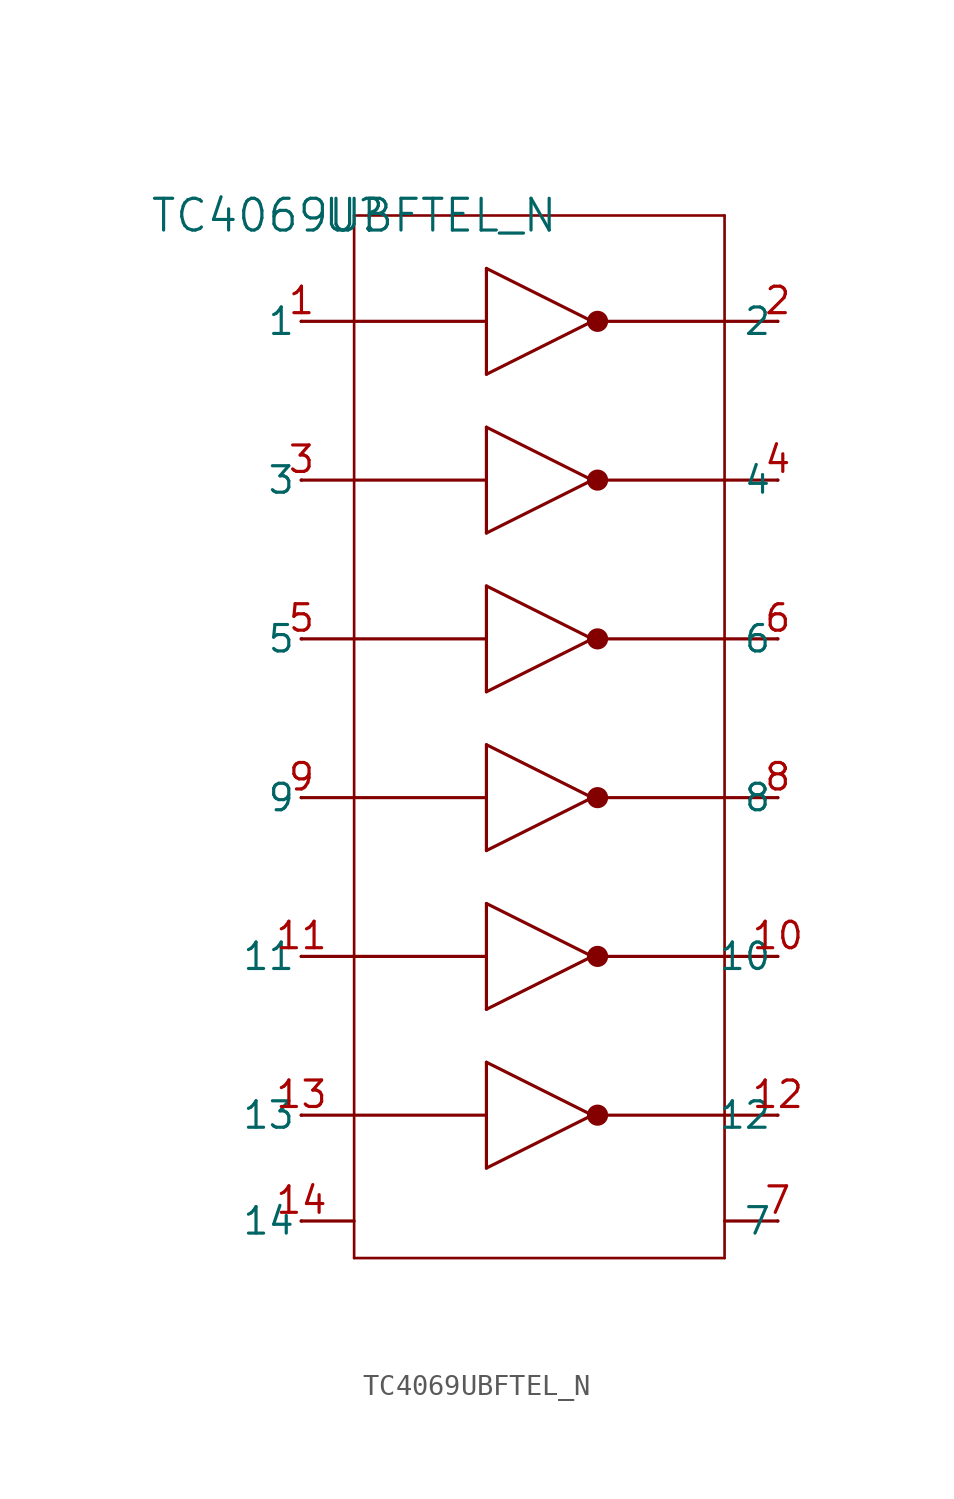
<source format=kicad_sym>
(kicad_symbol_lib
  (version 20241209)
  (generator "kicad_symbol_editor")
  (generator_version "9.0")
  (symbol "TC4069UBFTEL_N"
    (pin_names
      (offset 0.254))
    (property "Reference" "U"
      (at 0 0 0)
      (effects (font (size 1.524 1.524))))
    (property "Value" "TC4069UBFTEL_N"
      (at 0 0 0)
      (effects (font (size 1.524 1.524))))
    (property "ki_locked" ""
      (at 0 0 0)
      (effects (font (size 1.27 1.27))))
    (symbol "TC4069UBFTEL_N_0_1"
      (polyline (pts (xy -2.54 -5.08) (xy 0 -5.08)) (stroke (width 0) (type default)) (fill (type none)))
      (polyline (pts (xy -2.54 -12.7) (xy 0 -12.7)) (stroke (width 0) (type default)) (fill (type none)))
      (polyline (pts (xy -2.54 -20.32) (xy 0 -20.32)) (stroke (width 0) (type default)) (fill (type none)))
      (polyline (pts (xy -2.54 -27.94) (xy 0 -27.94)) (stroke (width 0) (type default)) (fill (type none)))
      (polyline (pts (xy -2.54 -35.56) (xy 0 -35.56)) (stroke (width 0) (type default)) (fill (type none)))
      (polyline (pts (xy -2.54 -43.18) (xy 0 -43.18)) (stroke (width 0) (type default)) (fill (type none)))
      (polyline (pts (xy -2.54 -48.26) (xy 0 -48.26)) (stroke (width 0) (type default)) (fill (type none)))
      (polyline (pts (xy 0 0) (xy 17.78 0)) (stroke (width 0.127) (type default)) (fill (type none)))
      (polyline (pts (xy 0 -5.08) (xy 6.35 -5.08)) (stroke (width 0) (type default)) (fill (type none)))
      (polyline (pts (xy 0 -12.7) (xy 6.35 -12.7)) (stroke (width 0) (type default)) (fill (type none)))
      (polyline (pts (xy 0 -20.32) (xy 6.35 -20.32)) (stroke (width 0) (type default)) (fill (type none)))
      (polyline (pts (xy 0 -27.94) (xy 6.35 -27.94)) (stroke (width 0) (type default)) (fill (type none)))
      (polyline (pts (xy 0 -35.56) (xy 6.35 -35.56)) (stroke (width 0) (type default)) (fill (type none)))
      (polyline (pts (xy 0 -43.18) (xy 6.35 -43.18)) (stroke (width 0) (type default)) (fill (type none)))
      (polyline (pts (xy 0 -50.038) (xy 0 0)) (stroke (width 0.127) (type default)) (fill (type none)))
      (polyline (pts (xy 6.35 -2.54) (xy 6.35 -7.62)) (stroke (width 0) (type default)) (fill (type none)))
      (polyline (pts (xy 6.35 -2.54) (xy 11.43 -5.08)) (stroke (width 0) (type default)) (fill (type none)))
      (polyline (pts (xy 6.35 -7.62) (xy 11.43 -5.08)) (stroke (width 0) (type default)) (fill (type none)))
      (polyline (pts (xy 6.35 -10.16) (xy 6.35 -15.24)) (stroke (width 0) (type default)) (fill (type none)))
      (polyline (pts (xy 6.35 -10.16) (xy 11.43 -12.7)) (stroke (width 0) (type default)) (fill (type none)))
      (polyline (pts (xy 6.35 -15.24) (xy 11.43 -12.7)) (stroke (width 0) (type default)) (fill (type none)))
      (polyline (pts (xy 6.35 -17.78) (xy 6.35 -22.86)) (stroke (width 0) (type default)) (fill (type none)))
      (polyline (pts (xy 6.35 -17.78) (xy 11.43 -20.32)) (stroke (width 0) (type default)) (fill (type none)))
      (polyline (pts (xy 6.35 -22.86) (xy 11.43 -20.32)) (stroke (width 0) (type default)) (fill (type none)))
      (polyline (pts (xy 6.35 -25.4) (xy 6.35 -30.48)) (stroke (width 0) (type default)) (fill (type none)))
      (polyline (pts (xy 6.35 -25.4) (xy 11.43 -27.94)) (stroke (width 0) (type default)) (fill (type none)))
      (polyline (pts (xy 6.35 -30.48) (xy 11.43 -27.94)) (stroke (width 0) (type default)) (fill (type none)))
      (polyline (pts (xy 6.35 -33.02) (xy 6.35 -38.1)) (stroke (width 0) (type default)) (fill (type none)))
      (polyline (pts (xy 6.35 -33.02) (xy 11.43 -35.56)) (stroke (width 0) (type default)) (fill (type none)))
      (polyline (pts (xy 6.35 -38.1) (xy 11.43 -35.56)) (stroke (width 0) (type default)) (fill (type none)))
      (polyline (pts (xy 6.35 -40.64) (xy 6.35 -45.72)) (stroke (width 0) (type default)) (fill (type none)))
      (polyline (pts (xy 6.35 -40.64) (xy 11.43 -43.18)) (stroke (width 0) (type default)) (fill (type none)))
      (polyline (pts (xy 6.35 -45.72) (xy 11.43 -43.18)) (stroke (width 0) (type default)) (fill (type none)))
      (circle (center 11.684 -5.08) (radius 0.254) (stroke (width 0.508) (type default)) (fill (type none)))
      (circle (center 11.684 -12.7) (radius 0.254) (stroke (width 0.508) (type default)) (fill (type none)))
      (circle (center 11.684 -20.32) (radius 0.254) (stroke (width 0.508) (type default)) (fill (type none)))
      (circle (center 11.684 -27.94) (radius 0.254) (stroke (width 0.508) (type default)) (fill (type none)))
      (circle (center 11.684 -35.56) (radius 0.254) (stroke (width 0.508) (type default)) (fill (type none)))
      (circle (center 11.684 -43.18) (radius 0.254) (stroke (width 0.508) (type default)) (fill (type none)))
      (polyline (pts (xy 12.192 -5.08) (xy 17.78 -5.08)) (stroke (width 0) (type default)) (fill (type none)))
      (polyline (pts (xy 12.192 -12.7) (xy 17.78 -12.7)) (stroke (width 0) (type default)) (fill (type none)))
      (polyline (pts (xy 12.192 -20.32) (xy 17.78 -20.32)) (stroke (width 0) (type default)) (fill (type none)))
      (polyline (pts (xy 12.192 -27.94) (xy 17.78 -27.94)) (stroke (width 0) (type default)) (fill (type none)))
      (polyline (pts (xy 12.192 -35.56) (xy 17.78 -35.56)) (stroke (width 0) (type default)) (fill (type none)))
      (polyline (pts (xy 12.192 -43.18) (xy 17.78 -43.18)) (stroke (width 0) (type default)) (fill (type none)))
      (polyline (pts (xy 17.78 0) (xy 17.78 -50.038)) (stroke (width 0.127) (type default)) (fill (type none)))
      (polyline (pts (xy 17.78 -50.038) (xy 0 -50.038)) (stroke (width 0.127) (type default)) (fill (type none)))
      (polyline (pts (xy 20.32 -5.08) (xy 17.78 -5.08)) (stroke (width 0) (type default)) (fill (type none)))
      (polyline (pts (xy 20.32 -12.7) (xy 17.78 -12.7)) (stroke (width 0) (type default)) (fill (type none)))
      (polyline (pts (xy 20.32 -20.32) (xy 17.78 -20.32)) (stroke (width 0) (type default)) (fill (type none)))
      (polyline (pts (xy 20.32 -27.94) (xy 17.78 -27.94)) (stroke (width 0) (type default)) (fill (type none)))
      (polyline (pts (xy 20.32 -35.56) (xy 17.78 -35.56)) (stroke (width 0) (type default)) (fill (type none)))
      (polyline (pts (xy 20.32 -43.18) (xy 17.78 -43.18)) (stroke (width 0) (type default)) (fill (type none)))
      (polyline (pts (xy 20.32 -48.26) (xy 17.78 -48.26)) (stroke (width 0) (type default)) (fill (type none))))
    (symbol "TC4069UBFTEL_N_1_1"
      (pin passive line (at -2.515 -5.08 180) (length 0.025) (name "1" (effects (font (size 1.27 1.27)))) (number "1" (effects (font (size 1.27 1.27)))))
      (pin passive line (at -2.515 -12.7 180) (length 0.025) (name "3" (effects (font (size 1.27 1.27)))) (number "3" (effects (font (size 1.27 1.27)))))
      (pin passive line (at -2.515 -20.32 180) (length 0.025) (name "5" (effects (font (size 1.27 1.27)))) (number "5" (effects (font (size 1.27 1.27)))))
      (pin passive line (at -2.515 -27.94 180) (length 0.025) (name "9" (effects (font (size 1.27 1.27)))) (number "9" (effects (font (size 1.27 1.27)))))
      (pin passive line (at -2.515 -35.56 180) (length 0.025) (name "11" (effects (font (size 1.27 1.27)))) (number "11" (effects (font (size 1.27 1.27)))))
      (pin passive line (at -2.515 -43.18 180) (length 0.025) (name "13" (effects (font (size 1.27 1.27)))) (number "13" (effects (font (size 1.27 1.27)))))
      (pin passive line (at -2.515 -48.26 180) (length 0.025) (name "14" (effects (font (size 1.27 1.27)))) (number "14" (effects (font (size 1.27 1.27)))))
      (pin passive line (at 20.345 -5.08 180) (length 0.025) (name "2" (effects (font (size 1.27 1.27)))) (number "2" (effects (font (size 1.27 1.27)))))
      (pin passive line (at 20.345 -12.7 180) (length 0.025) (name "4" (effects (font (size 1.27 1.27)))) (number "4" (effects (font (size 1.27 1.27)))))
      (pin passive line (at 20.345 -20.32 180) (length 0.025) (name "6" (effects (font (size 1.27 1.27)))) (number "6" (effects (font (size 1.27 1.27)))))
      (pin passive line (at 20.345 -27.94 180) (length 0.025) (name "8" (effects (font (size 1.27 1.27)))) (number "8" (effects (font (size 1.27 1.27)))))
      (pin passive line (at 20.345 -35.56 180) (length 0.025) (name "10" (effects (font (size 1.27 1.27)))) (number "10" (effects (font (size 1.27 1.27)))))
      (pin passive line (at 20.345 -43.18 180) (length 0.025) (name "12" (effects (font (size 1.27 1.27)))) (number "12" (effects (font (size 1.27 1.27)))))
      (pin passive line (at 20.345 -48.26 180) (length 0.025) (name "7" (effects (font (size 1.27 1.27)))) (number "7" (effects (font (size 1.27 1.27))))))))
</source>
